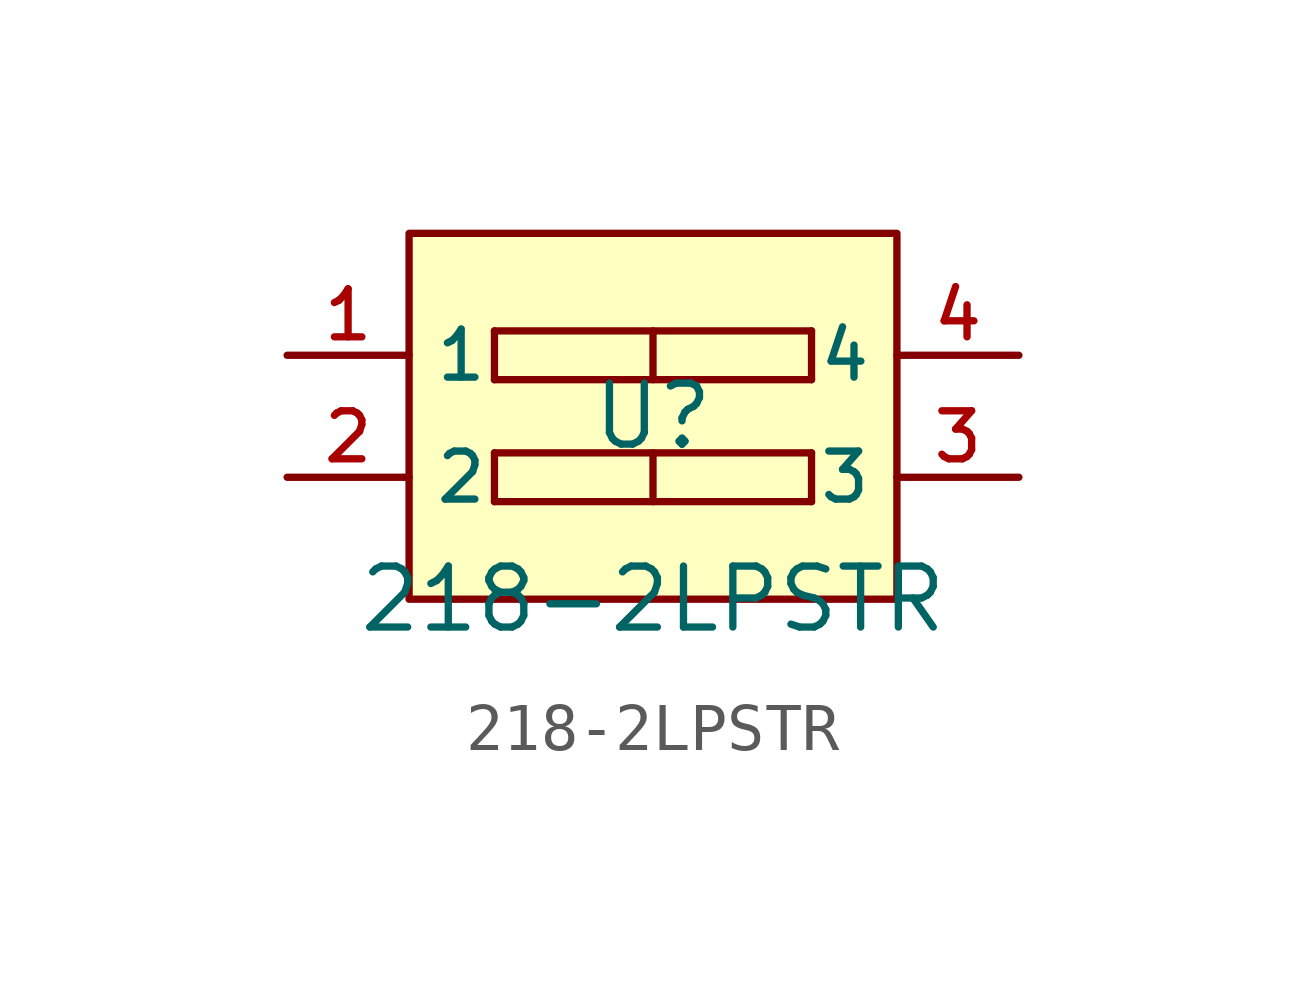
<source format=kicad_sym>
(kicad_symbol_lib
  (version 20210201)
  (generator TousstNicolas/JLC2KiCad_lib)
  (symbol "218-2LPSTR"
    (property "Reference" "U"
      (at 0 1.27 0)
      (effects (font (size 1.27 1.27))))
    (property "Value" "218-2LPSTR"
      (at 0 -2.54 0)
      (effects (font (size 1.27 1.27))))
    (symbol "218-2LPSTR_0_1"
      (rectangle (start -5.08 5.08) (end 5.08 -2.54) (stroke (width 0) (type default) (color 0 0 0 0)) (fill (type background)))
      (polyline (pts (xy 0.0 0.508) (xy 0.0 -0.508)) (stroke (width 0) (type default) (color 0 0 0 0)) (fill (type none)))
      (polyline (pts (xy -3.302 -0.508) (xy -3.302 0.508)) (stroke (width 0) (type default) (color 0 0 0 0)) (fill (type none)))
      (polyline (pts (xy 3.302 -0.508) (xy -3.302 -0.508)) (stroke (width 0) (type default) (color 0 0 0 0)) (fill (type none)))
      (polyline (pts (xy 3.302 0.508) (xy 3.302 -0.508)) (stroke (width 0) (type default) (color 0 0 0 0)) (fill (type none)))
      (polyline (pts (xy -3.302 0.508) (xy 3.302 0.508)) (stroke (width 0) (type default) (color 0 0 0 0)) (fill (type none)))
      (polyline (pts (xy 0.0 3.048) (xy 0.0 2.032)) (stroke (width 0) (type default) (color 0 0 0 0)) (fill (type none)))
      (polyline (pts (xy -3.302 2.032) (xy -3.302 3.048)) (stroke (width 0) (type default) (color 0 0 0 0)) (fill (type none)))
      (polyline (pts (xy 3.302 2.032) (xy -3.302 2.032)) (stroke (width 0) (type default) (color 0 0 0 0)) (fill (type none)))
      (polyline (pts (xy 3.302 3.048) (xy 3.302 2.032)) (stroke (width 0) (type default) (color 0 0 0 0)) (fill (type none)))
      (polyline (pts (xy -3.302 3.048) (xy 3.302 3.048)) (stroke (width 0) (type default) (color 0 0 0 0)) (fill (type none)))
      (pin input line (at 7.62 2.54 180) (length 2.54) (name "4" (effects (font (size 1 1)))) (number "4" (effects (font (size 1 1)))))
      (pin input line (at 7.62 -0.0 180) (length 2.54) (name "3" (effects (font (size 1 1)))) (number "3" (effects (font (size 1 1)))))
      (pin input line (at -7.62 -0.0 0) (length 2.54) (name "2" (effects (font (size 1 1)))) (number "2" (effects (font (size 1 1)))))
      (pin input line (at -7.62 2.54 0) (length 2.54) (name "1" (effects (font (size 1 1)))) (number "1" (effects (font (size 1 1))))))))
</source>
